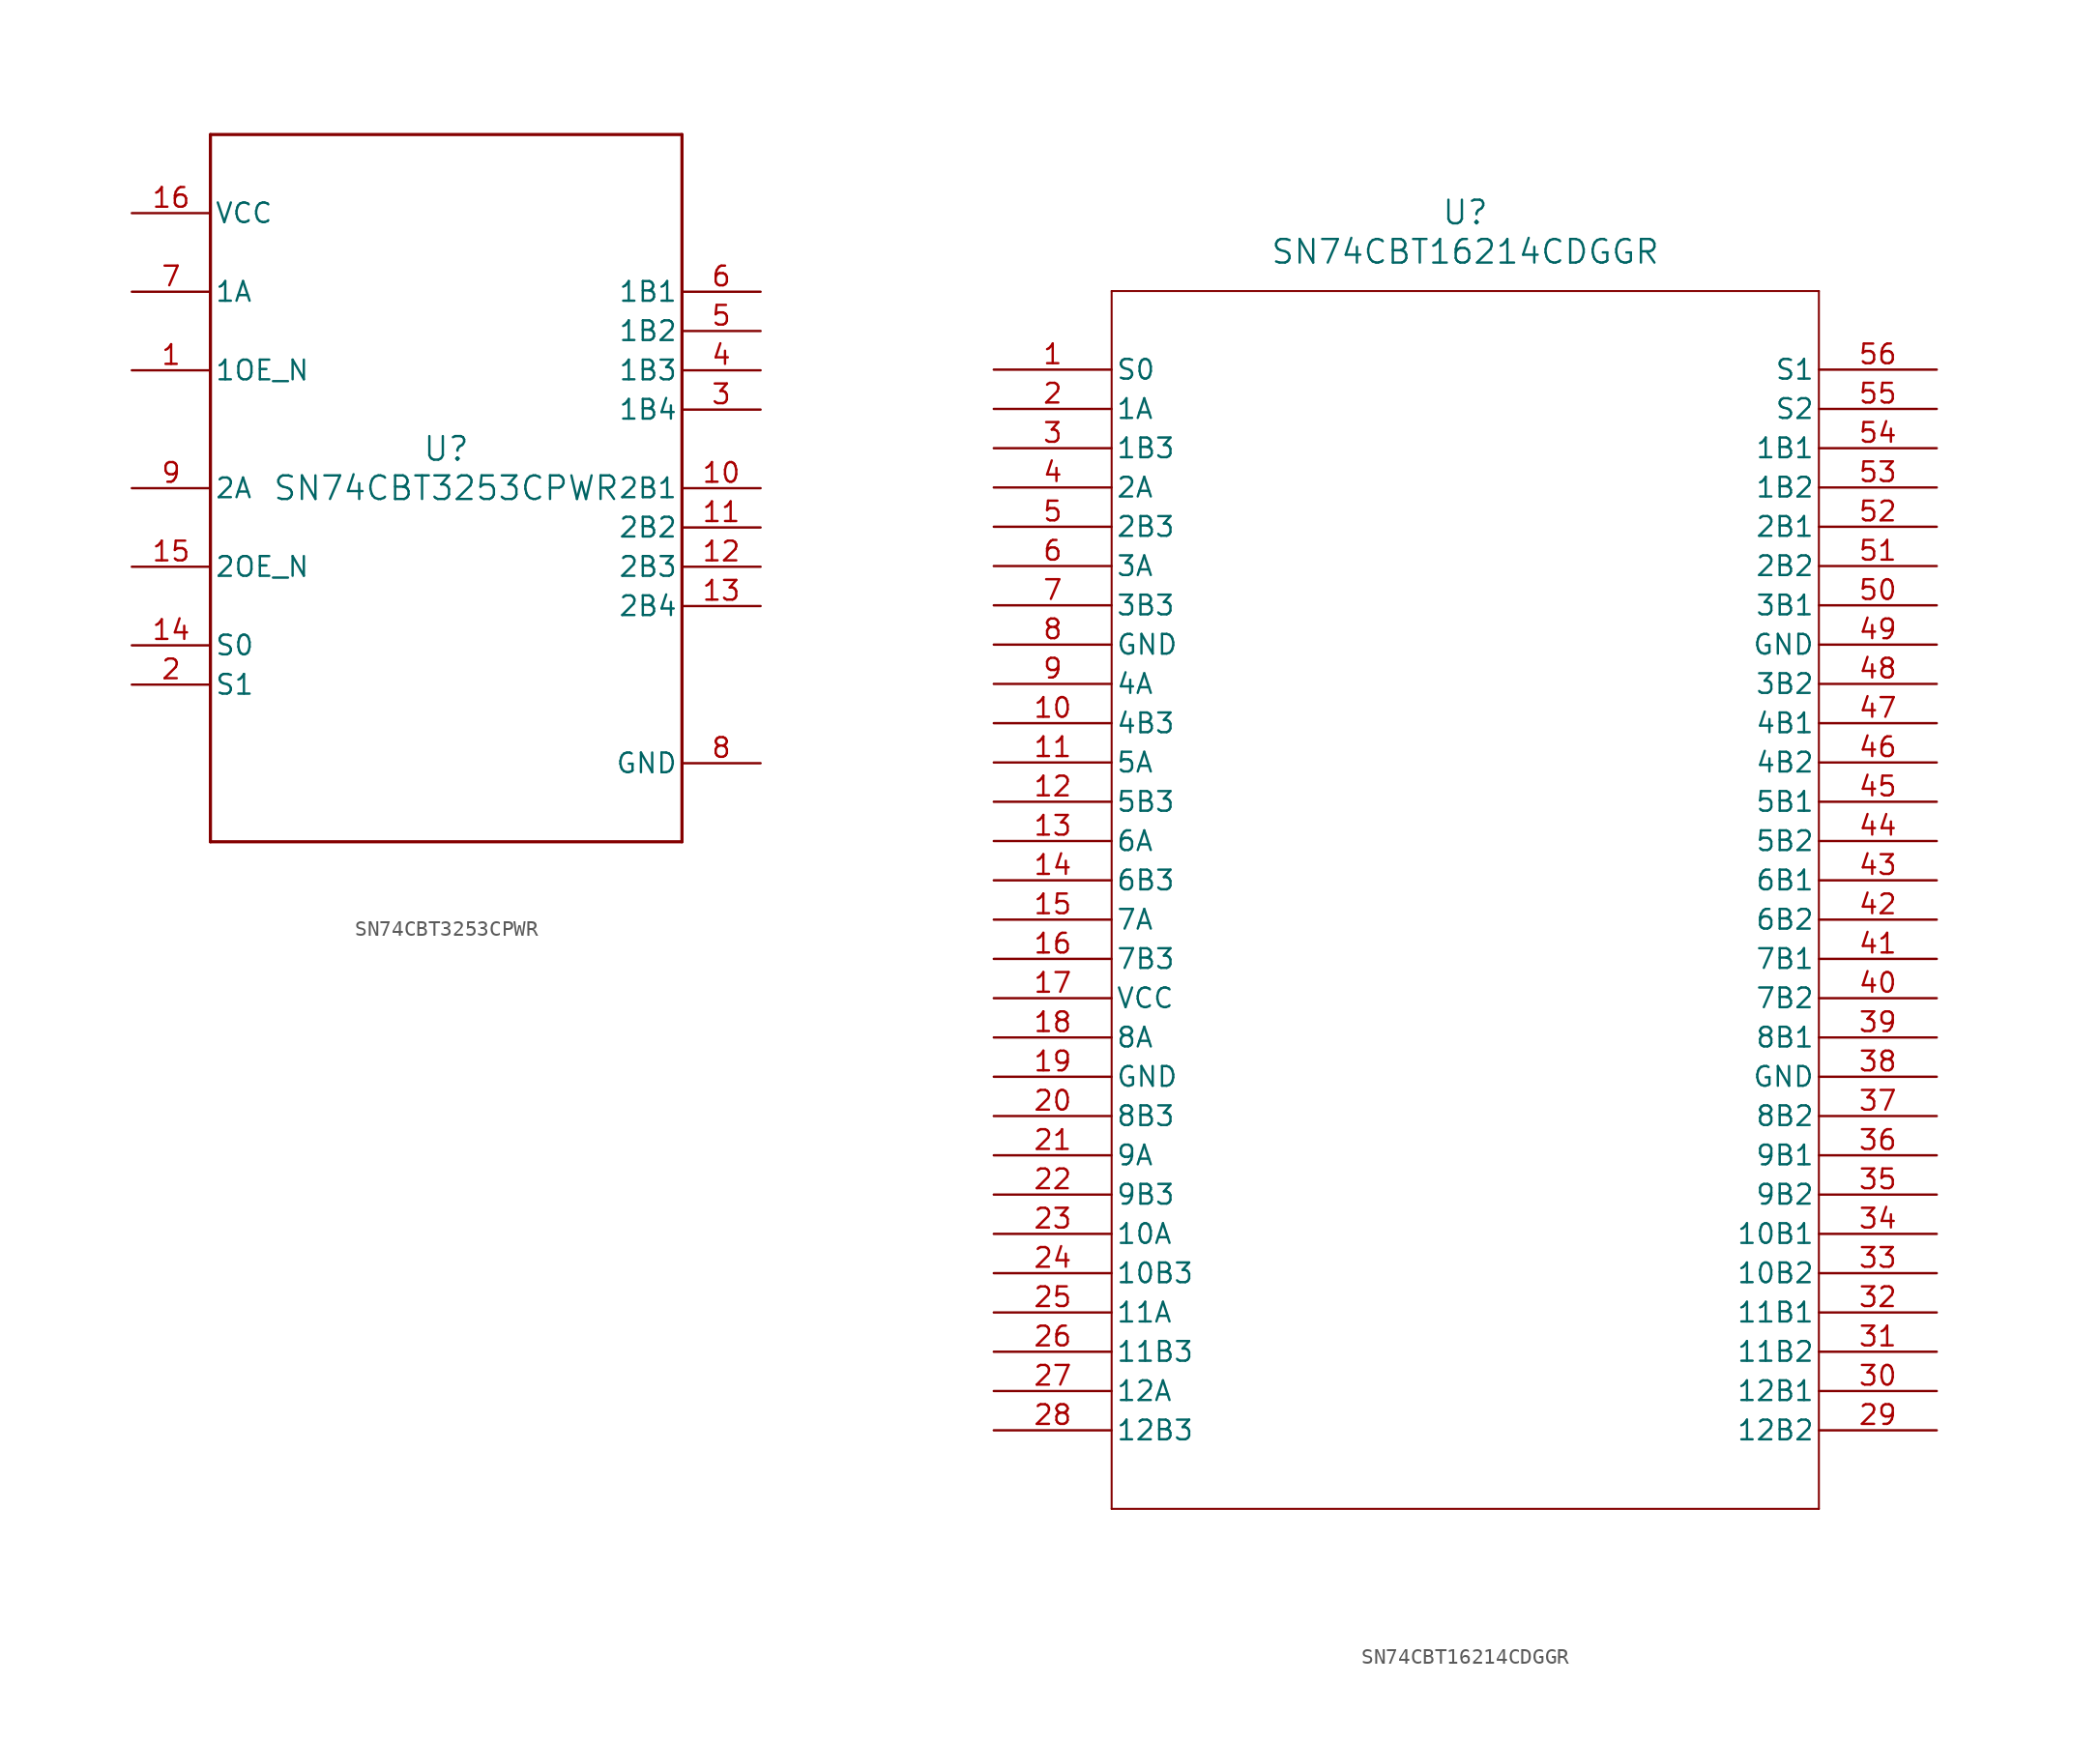
<source format=kicad_sym>
(kicad_symbol_lib
  (version 20231120)
  (generator "kicad_symbol_editor")
  (generator_version "8.0")
  (symbol "SN74CBT3253CPWR"
    (pin_names
      (offset 0.254))
    (property "Reference" "U"
      (at 0 2.54 0)
      (effects (font (size 1.524 1.524))))
    (property "Value" "SN74CBT3253CPWR"
      (at 0 0 0)
      (effects (font (size 1.524 1.524))))
    (property "ki_locked" ""
      (at 0 0 0)
      (effects (font (size 1.27 1.27))))
    (symbol "SN74CBT3253CPWR_0_1"
      (polyline (pts (xy -15.24 -22.86) (xy 15.24 -22.86)) (stroke (width 0.203) (type default)) (fill (type none)))
      (polyline (pts (xy -15.24 22.86) (xy -15.24 -22.86)) (stroke (width 0.203) (type default)) (fill (type none)))
      (polyline (pts (xy 15.24 -22.86) (xy 15.24 22.86)) (stroke (width 0.203) (type default)) (fill (type none)))
      (polyline (pts (xy 15.24 22.86) (xy -15.24 22.86)) (stroke (width 0.203) (type default)) (fill (type none)))
      (pin input line (at -20.32 7.62 0) (length 5.08) (name "1OE_N" (effects (font (size 1.27 1.27)))) (number "1" (effects (font (size 1.27 1.27)))))
      (pin bidirectional line (at 20.32 0 180) (length 5.08) (name "2B1" (effects (font (size 1.27 1.27)))) (number "10" (effects (font (size 1.27 1.27)))))
      (pin bidirectional line (at 20.32 -2.54 180) (length 5.08) (name "2B2" (effects (font (size 1.27 1.27)))) (number "11" (effects (font (size 1.27 1.27)))))
      (pin bidirectional line (at 20.32 -5.08 180) (length 5.08) (name "2B3" (effects (font (size 1.27 1.27)))) (number "12" (effects (font (size 1.27 1.27)))))
      (pin bidirectional line (at 20.32 -7.62 180) (length 5.08) (name "2B4" (effects (font (size 1.27 1.27)))) (number "13" (effects (font (size 1.27 1.27)))))
      (pin input line (at -20.32 -10.16 0) (length 5.08) (name "S0" (effects (font (size 1.27 1.27)))) (number "14" (effects (font (size 1.27 1.27)))))
      (pin input line (at -20.32 -5.08 0) (length 5.08) (name "2OE_N" (effects (font (size 1.27 1.27)))) (number "15" (effects (font (size 1.27 1.27)))))
      (pin power_in line (at -20.32 17.78 0) (length 5.08) (name "VCC" (effects (font (size 1.27 1.27)))) (number "16" (effects (font (size 1.27 1.27)))))
      (pin input line (at -20.32 -12.7 0) (length 5.08) (name "S1" (effects (font (size 1.27 1.27)))) (number "2" (effects (font (size 1.27 1.27)))))
      (pin bidirectional line (at 20.32 5.08 180) (length 5.08) (name "1B4" (effects (font (size 1.27 1.27)))) (number "3" (effects (font (size 1.27 1.27)))))
      (pin bidirectional line (at 20.32 7.62 180) (length 5.08) (name "1B3" (effects (font (size 1.27 1.27)))) (number "4" (effects (font (size 1.27 1.27)))))
      (pin bidirectional line (at 20.32 10.16 180) (length 5.08) (name "1B2" (effects (font (size 1.27 1.27)))) (number "5" (effects (font (size 1.27 1.27)))))
      (pin bidirectional line (at 20.32 12.7 180) (length 5.08) (name "1B1" (effects (font (size 1.27 1.27)))) (number "6" (effects (font (size 1.27 1.27)))))
      (pin bidirectional line (at -20.32 12.7 0) (length 5.08) (name "1A" (effects (font (size 1.27 1.27)))) (number "7" (effects (font (size 1.27 1.27)))))
      (pin power_in line (at 20.32 -17.78 180) (length 5.08) (name "GND" (effects (font (size 1.27 1.27)))) (number "8" (effects (font (size 1.27 1.27)))))
      (pin bidirectional line (at -20.32 0 0) (length 5.08) (name "2A" (effects (font (size 1.27 1.27)))) (number "9" (effects (font (size 1.27 1.27)))))))
  (symbol "SN74CBT16214CDGGR"
    (pin_names
      (offset 0.254))
    (property "Reference" "U"
      (at 30.48 10.16 0)
      (effects (font (size 1.524 1.524))))
    (property "Value" "SN74CBT16214CDGGR"
      (at 30.48 7.62 0)
      (effects (font (size 1.524 1.524))))
    (property "ki_locked" ""
      (at 0 0 0)
      (effects (font (size 1.27 1.27))))
    (symbol "SN74CBT16214CDGGR_0_1"
      (polyline (pts (xy 7.62 -73.66) (xy 53.34 -73.66)) (stroke (width 0.127) (type default)) (fill (type none)))
      (polyline (pts (xy 7.62 5.08) (xy 7.62 -73.66)) (stroke (width 0.127) (type default)) (fill (type none)))
      (polyline (pts (xy 53.34 -73.66) (xy 53.34 5.08)) (stroke (width 0.127) (type default)) (fill (type none)))
      (polyline (pts (xy 53.34 5.08) (xy 7.62 5.08)) (stroke (width 0.127) (type default)) (fill (type none)))
      (pin input line (at 0 0 0) (length 7.62) (name "S0" (effects (font (size 1.27 1.27)))) (number "1" (effects (font (size 1.27 1.27)))))
      (pin bidirectional line (at 0 -22.86 0) (length 7.62) (name "4B3" (effects (font (size 1.27 1.27)))) (number "10" (effects (font (size 1.27 1.27)))))
      (pin bidirectional line (at 0 -25.4 0) (length 7.62) (name "5A" (effects (font (size 1.27 1.27)))) (number "11" (effects (font (size 1.27 1.27)))))
      (pin bidirectional line (at 0 -27.94 0) (length 7.62) (name "5B3" (effects (font (size 1.27 1.27)))) (number "12" (effects (font (size 1.27 1.27)))))
      (pin bidirectional line (at 0 -30.48 0) (length 7.62) (name "6A" (effects (font (size 1.27 1.27)))) (number "13" (effects (font (size 1.27 1.27)))))
      (pin bidirectional line (at 0 -33.02 0) (length 7.62) (name "6B3" (effects (font (size 1.27 1.27)))) (number "14" (effects (font (size 1.27 1.27)))))
      (pin bidirectional line (at 0 -35.56 0) (length 7.62) (name "7A" (effects (font (size 1.27 1.27)))) (number "15" (effects (font (size 1.27 1.27)))))
      (pin bidirectional line (at 0 -38.1 0) (length 7.62) (name "7B3" (effects (font (size 1.27 1.27)))) (number "16" (effects (font (size 1.27 1.27)))))
      (pin power_in line (at 0 -40.64 0) (length 7.62) (name "VCC" (effects (font (size 1.27 1.27)))) (number "17" (effects (font (size 1.27 1.27)))))
      (pin bidirectional line (at 0 -43.18 0) (length 7.62) (name "8A" (effects (font (size 1.27 1.27)))) (number "18" (effects (font (size 1.27 1.27)))))
      (pin power_in line (at 0 -45.72 0) (length 7.62) (name "GND" (effects (font (size 1.27 1.27)))) (number "19" (effects (font (size 1.27 1.27)))))
      (pin bidirectional line (at 0 -2.54 0) (length 7.62) (name "1A" (effects (font (size 1.27 1.27)))) (number "2" (effects (font (size 1.27 1.27)))))
      (pin bidirectional line (at 0 -48.26 0) (length 7.62) (name "8B3" (effects (font (size 1.27 1.27)))) (number "20" (effects (font (size 1.27 1.27)))))
      (pin bidirectional line (at 0 -50.8 0) (length 7.62) (name "9A" (effects (font (size 1.27 1.27)))) (number "21" (effects (font (size 1.27 1.27)))))
      (pin bidirectional line (at 0 -53.34 0) (length 7.62) (name "9B3" (effects (font (size 1.27 1.27)))) (number "22" (effects (font (size 1.27 1.27)))))
      (pin bidirectional line (at 0 -55.88 0) (length 7.62) (name "10A" (effects (font (size 1.27 1.27)))) (number "23" (effects (font (size 1.27 1.27)))))
      (pin bidirectional line (at 0 -58.42 0) (length 7.62) (name "10B3" (effects (font (size 1.27 1.27)))) (number "24" (effects (font (size 1.27 1.27)))))
      (pin bidirectional line (at 0 -60.96 0) (length 7.62) (name "11A" (effects (font (size 1.27 1.27)))) (number "25" (effects (font (size 1.27 1.27)))))
      (pin bidirectional line (at 0 -63.5 0) (length 7.62) (name "11B3" (effects (font (size 1.27 1.27)))) (number "26" (effects (font (size 1.27 1.27)))))
      (pin bidirectional line (at 0 -66.04 0) (length 7.62) (name "12A" (effects (font (size 1.27 1.27)))) (number "27" (effects (font (size 1.27 1.27)))))
      (pin bidirectional line (at 0 -68.58 0) (length 7.62) (name "12B3" (effects (font (size 1.27 1.27)))) (number "28" (effects (font (size 1.27 1.27)))))
      (pin bidirectional line (at 60.96 -68.58 180) (length 7.62) (name "12B2" (effects (font (size 1.27 1.27)))) (number "29" (effects (font (size 1.27 1.27)))))
      (pin bidirectional line (at 0 -5.08 0) (length 7.62) (name "1B3" (effects (font (size 1.27 1.27)))) (number "3" (effects (font (size 1.27 1.27)))))
      (pin bidirectional line (at 60.96 -66.04 180) (length 7.62) (name "12B1" (effects (font (size 1.27 1.27)))) (number "30" (effects (font (size 1.27 1.27)))))
      (pin bidirectional line (at 60.96 -63.5 180) (length 7.62) (name "11B2" (effects (font (size 1.27 1.27)))) (number "31" (effects (font (size 1.27 1.27)))))
      (pin bidirectional line (at 60.96 -60.96 180) (length 7.62) (name "11B1" (effects (font (size 1.27 1.27)))) (number "32" (effects (font (size 1.27 1.27)))))
      (pin bidirectional line (at 60.96 -58.42 180) (length 7.62) (name "10B2" (effects (font (size 1.27 1.27)))) (number "33" (effects (font (size 1.27 1.27)))))
      (pin bidirectional line (at 60.96 -55.88 180) (length 7.62) (name "10B1" (effects (font (size 1.27 1.27)))) (number "34" (effects (font (size 1.27 1.27)))))
      (pin bidirectional line (at 60.96 -53.34 180) (length 7.62) (name "9B2" (effects (font (size 1.27 1.27)))) (number "35" (effects (font (size 1.27 1.27)))))
      (pin bidirectional line (at 60.96 -50.8 180) (length 7.62) (name "9B1" (effects (font (size 1.27 1.27)))) (number "36" (effects (font (size 1.27 1.27)))))
      (pin bidirectional line (at 60.96 -48.26 180) (length 7.62) (name "8B2" (effects (font (size 1.27 1.27)))) (number "37" (effects (font (size 1.27 1.27)))))
      (pin power_in line (at 60.96 -45.72 180) (length 7.62) (name "GND" (effects (font (size 1.27 1.27)))) (number "38" (effects (font (size 1.27 1.27)))))
      (pin bidirectional line (at 60.96 -43.18 180) (length 7.62) (name "8B1" (effects (font (size 1.27 1.27)))) (number "39" (effects (font (size 1.27 1.27)))))
      (pin bidirectional line (at 0 -7.62 0) (length 7.62) (name "2A" (effects (font (size 1.27 1.27)))) (number "4" (effects (font (size 1.27 1.27)))))
      (pin bidirectional line (at 60.96 -40.64 180) (length 7.62) (name "7B2" (effects (font (size 1.27 1.27)))) (number "40" (effects (font (size 1.27 1.27)))))
      (pin bidirectional line (at 60.96 -38.1 180) (length 7.62) (name "7B1" (effects (font (size 1.27 1.27)))) (number "41" (effects (font (size 1.27 1.27)))))
      (pin bidirectional line (at 60.96 -35.56 180) (length 7.62) (name "6B2" (effects (font (size 1.27 1.27)))) (number "42" (effects (font (size 1.27 1.27)))))
      (pin bidirectional line (at 60.96 -33.02 180) (length 7.62) (name "6B1" (effects (font (size 1.27 1.27)))) (number "43" (effects (font (size 1.27 1.27)))))
      (pin bidirectional line (at 60.96 -30.48 180) (length 7.62) (name "5B2" (effects (font (size 1.27 1.27)))) (number "44" (effects (font (size 1.27 1.27)))))
      (pin bidirectional line (at 60.96 -27.94 180) (length 7.62) (name "5B1" (effects (font (size 1.27 1.27)))) (number "45" (effects (font (size 1.27 1.27)))))
      (pin bidirectional line (at 60.96 -25.4 180) (length 7.62) (name "4B2" (effects (font (size 1.27 1.27)))) (number "46" (effects (font (size 1.27 1.27)))))
      (pin bidirectional line (at 60.96 -22.86 180) (length 7.62) (name "4B1" (effects (font (size 1.27 1.27)))) (number "47" (effects (font (size 1.27 1.27)))))
      (pin bidirectional line (at 60.96 -20.32 180) (length 7.62) (name "3B2" (effects (font (size 1.27 1.27)))) (number "48" (effects (font (size 1.27 1.27)))))
      (pin power_in line (at 60.96 -17.78 180) (length 7.62) (name "GND" (effects (font (size 1.27 1.27)))) (number "49" (effects (font (size 1.27 1.27)))))
      (pin bidirectional line (at 0 -10.16 0) (length 7.62) (name "2B3" (effects (font (size 1.27 1.27)))) (number "5" (effects (font (size 1.27 1.27)))))
      (pin bidirectional line (at 60.96 -15.24 180) (length 7.62) (name "3B1" (effects (font (size 1.27 1.27)))) (number "50" (effects (font (size 1.27 1.27)))))
      (pin bidirectional line (at 60.96 -12.7 180) (length 7.62) (name "2B2" (effects (font (size 1.27 1.27)))) (number "51" (effects (font (size 1.27 1.27)))))
      (pin bidirectional line (at 60.96 -10.16 180) (length 7.62) (name "2B1" (effects (font (size 1.27 1.27)))) (number "52" (effects (font (size 1.27 1.27)))))
      (pin bidirectional line (at 60.96 -7.62 180) (length 7.62) (name "1B2" (effects (font (size 1.27 1.27)))) (number "53" (effects (font (size 1.27 1.27)))))
      (pin bidirectional line (at 60.96 -5.08 180) (length 7.62) (name "1B1" (effects (font (size 1.27 1.27)))) (number "54" (effects (font (size 1.27 1.27)))))
      (pin input line (at 60.96 -2.54 180) (length 7.62) (name "S2" (effects (font (size 1.27 1.27)))) (number "55" (effects (font (size 1.27 1.27)))))
      (pin input line (at 60.96 0 180) (length 7.62) (name "S1" (effects (font (size 1.27 1.27)))) (number "56" (effects (font (size 1.27 1.27)))))
      (pin bidirectional line (at 0 -12.7 0) (length 7.62) (name "3A" (effects (font (size 1.27 1.27)))) (number "6" (effects (font (size 1.27 1.27)))))
      (pin bidirectional line (at 0 -15.24 0) (length 7.62) (name "3B3" (effects (font (size 1.27 1.27)))) (number "7" (effects (font (size 1.27 1.27)))))
      (pin power_in line (at 0 -17.78 0) (length 7.62) (name "GND" (effects (font (size 1.27 1.27)))) (number "8" (effects (font (size 1.27 1.27)))))
      (pin bidirectional line (at 0 -20.32 0) (length 7.62) (name "4A" (effects (font (size 1.27 1.27)))) (number "9" (effects (font (size 1.27 1.27))))))))
</source>
